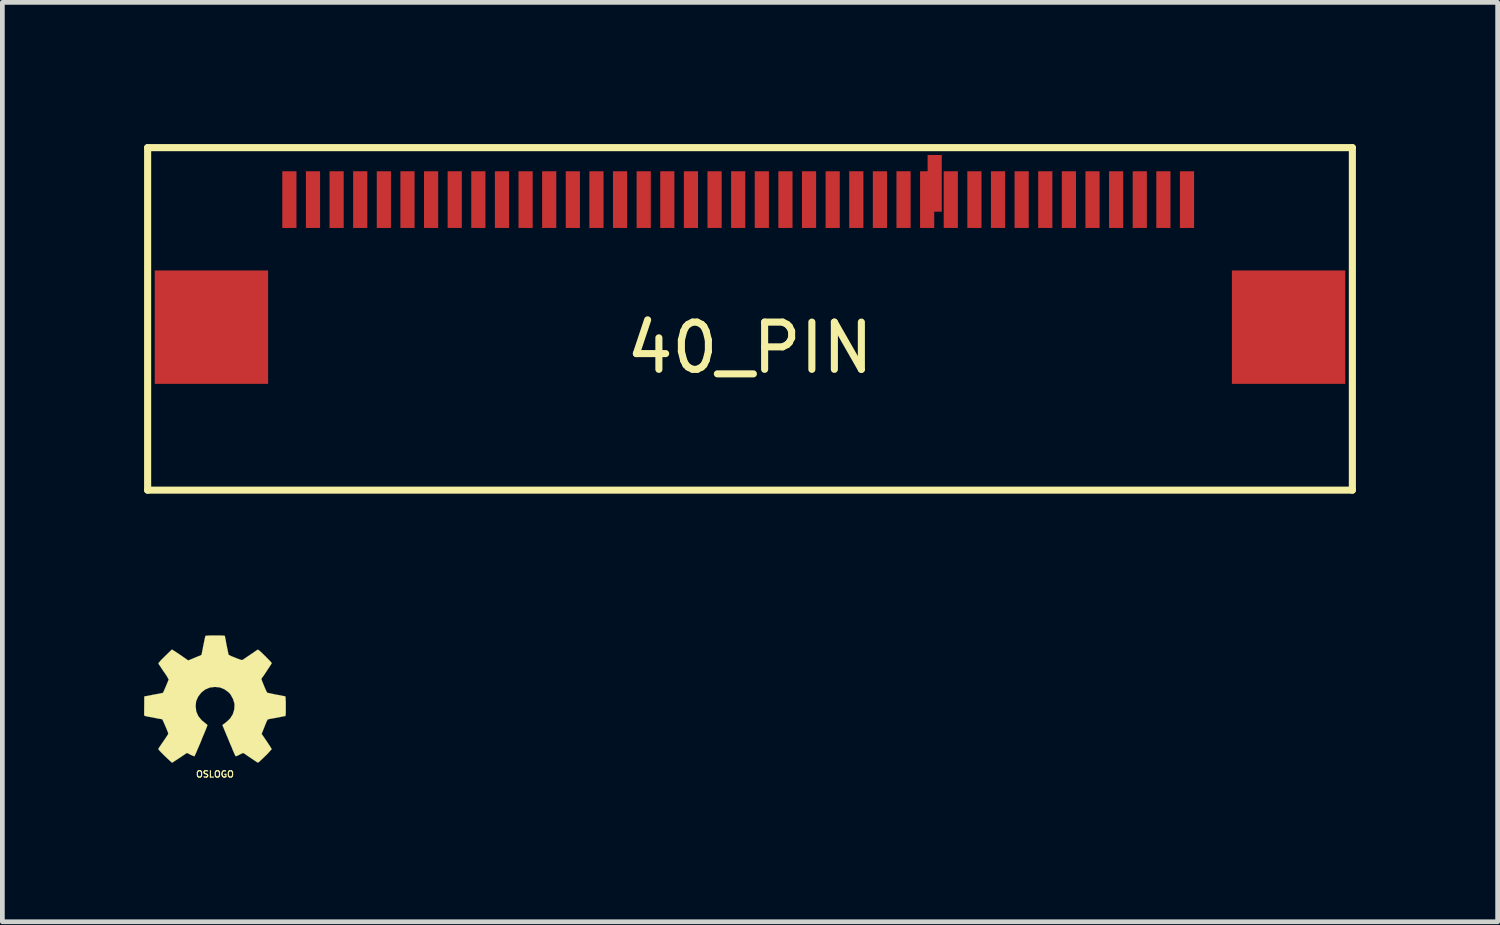
<source format=kicad_pcb>
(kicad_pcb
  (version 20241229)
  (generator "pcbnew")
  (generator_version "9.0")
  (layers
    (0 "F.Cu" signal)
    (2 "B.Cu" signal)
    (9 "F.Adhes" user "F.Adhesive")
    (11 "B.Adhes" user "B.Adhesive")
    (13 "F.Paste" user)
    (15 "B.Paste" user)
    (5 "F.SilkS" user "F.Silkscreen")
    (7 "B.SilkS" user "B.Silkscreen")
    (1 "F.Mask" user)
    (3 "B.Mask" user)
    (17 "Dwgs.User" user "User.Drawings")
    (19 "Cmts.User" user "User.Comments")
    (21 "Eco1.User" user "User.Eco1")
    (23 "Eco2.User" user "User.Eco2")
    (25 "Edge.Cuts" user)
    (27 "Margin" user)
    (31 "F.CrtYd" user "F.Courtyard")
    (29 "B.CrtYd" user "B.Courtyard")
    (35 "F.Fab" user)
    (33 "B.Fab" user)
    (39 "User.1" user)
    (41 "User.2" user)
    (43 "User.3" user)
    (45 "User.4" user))
  (footprint "OSLOGO"
    (layer "F.Cu")
    (at 1.5 11.747)
    (property "Reference" "OSLOGO" (at 0 1.59 0) (layer "F.SilkS") (effects (font (size 0.135 0.135) (thickness 0.025))))
    (attr through_hole)
    (fp_poly (pts (xy -0.909 1.346) (xy -0.892 1.339) (xy -0.859 1.316) (xy -0.808 1.283) (xy -0.749 1.245) (xy -0.688 1.204) (xy -0.64 1.171) (xy -0.605 1.148) (xy -0.592 1.14) (xy -0.584 1.143) (xy -0.556 1.158) (xy -0.516 1.179) (xy -0.49 1.191) (xy -0.452 1.206) (xy -0.434 1.212) (xy -0.432 1.206) (xy -0.417 1.176) (xy -0.396 1.128) (xy -0.368 1.062) (xy -0.335 0.986) (xy -0.3 0.904) (xy -0.267 0.82) (xy -0.234 0.742) (xy -0.203 0.668) (xy -0.18 0.61) (xy -0.165 0.569) (xy -0.157 0.551) (xy -0.16 0.549) (xy -0.178 0.531) (xy -0.211 0.505) (xy -0.282 0.447) (xy -0.353 0.361) (xy -0.396 0.262) (xy -0.409 0.15) (xy -0.399 0.048) (xy -0.358 -0.048) (xy -0.29 -0.137) (xy -0.206 -0.203) (xy -0.109 -0.244) (xy 0 -0.257) (xy 0.104 -0.246) (xy 0.203 -0.206) (xy 0.292 -0.14) (xy 0.33 -0.097) (xy 0.381 -0.005) (xy 0.411 0.089) (xy 0.414 0.112) (xy 0.409 0.218) (xy 0.378 0.32) (xy 0.323 0.409) (xy 0.246 0.483) (xy 0.236 0.49) (xy 0.201 0.518) (xy 0.175 0.536) (xy 0.157 0.551) (xy 0.292 0.874) (xy 0.312 0.925) (xy 0.351 1.013) (xy 0.381 1.09) (xy 0.409 1.151) (xy 0.427 1.191) (xy 0.434 1.206) (xy 0.447 1.209) (xy 0.47 1.201) (xy 0.516 1.179) (xy 0.546 1.163) (xy 0.579 1.148) (xy 0.594 1.14) (xy 0.61 1.148) (xy 0.643 1.168) (xy 0.688 1.201) (xy 0.747 1.24) (xy 0.803 1.278) (xy 0.853 1.311) (xy 0.889 1.336) (xy 0.907 1.344) (xy 0.909 1.344) (xy 0.927 1.336) (xy 0.955 1.311) (xy 0.998 1.27) (xy 1.062 1.209) (xy 1.072 1.199) (xy 1.123 1.148) (xy 1.163 1.102) (xy 1.191 1.072) (xy 1.201 1.059) (xy 1.191 1.041) (xy 1.168 1.003) (xy 1.135 0.953) (xy 1.095 0.892) (xy 0.988 0.737) (xy 1.046 0.592) (xy 1.064 0.546) (xy 1.087 0.49) (xy 1.105 0.452) (xy 1.113 0.434) (xy 1.13 0.429) (xy 1.168 0.419) (xy 1.227 0.409) (xy 1.298 0.396) (xy 1.364 0.384) (xy 1.422 0.371) (xy 1.466 0.363) (xy 1.486 0.361) (xy 1.491 0.356) (xy 1.494 0.348) (xy 1.496 0.328) (xy 1.499 0.29) (xy 1.499 0.234) (xy 1.499 0.15) (xy 1.499 0.142) (xy 1.499 0.064) (xy 1.496 0) (xy 1.494 -0.038) (xy 1.491 -0.056) (xy 1.473 -0.061) (xy 1.43 -0.069) (xy 1.372 -0.081) (xy 1.3 -0.094) (xy 1.295 -0.094) (xy 1.224 -0.109) (xy 1.166 -0.122) (xy 1.123 -0.13) (xy 1.105 -0.137) (xy 1.102 -0.142) (xy 1.087 -0.17) (xy 1.067 -0.213) (xy 1.044 -0.267) (xy 1.021 -0.323) (xy 1.001 -0.373) (xy 0.988 -0.409) (xy 0.983 -0.427) (xy 0.993 -0.445) (xy 1.019 -0.48) (xy 1.054 -0.531) (xy 1.095 -0.592) (xy 1.097 -0.597) (xy 1.138 -0.658) (xy 1.171 -0.709) (xy 1.194 -0.744) (xy 1.201 -0.759) (xy 1.201 -0.762) (xy 1.189 -0.78) (xy 1.158 -0.813) (xy 1.113 -0.859) (xy 1.062 -0.912) (xy 1.044 -0.927) (xy 0.986 -0.986) (xy 0.945 -1.021) (xy 0.919 -1.041) (xy 0.909 -1.046) (xy 0.907 -1.046) (xy 0.889 -1.036) (xy 0.851 -1.011) (xy 0.8 -0.975) (xy 0.739 -0.935) (xy 0.737 -0.932) (xy 0.676 -0.892) (xy 0.625 -0.856) (xy 0.589 -0.833) (xy 0.574 -0.826) (xy 0.572 -0.826) (xy 0.549 -0.831) (xy 0.505 -0.846) (xy 0.452 -0.866) (xy 0.396 -0.889) (xy 0.345 -0.909) (xy 0.31 -0.927) (xy 0.292 -0.937) (xy 0.29 -0.937) (xy 0.284 -0.96) (xy 0.274 -1.006) (xy 0.262 -1.067) (xy 0.246 -1.14) (xy 0.244 -1.151) (xy 0.231 -1.224) (xy 0.221 -1.283) (xy 0.211 -1.323) (xy 0.208 -1.341) (xy 0.198 -1.341) (xy 0.163 -1.344) (xy 0.109 -1.346) (xy 0.043 -1.346) (xy -0.023 -1.346) (xy -0.089 -1.346) (xy -0.145 -1.344) (xy -0.185 -1.341) (xy -0.203 -1.336) (xy -0.208 -1.313) (xy -0.218 -1.27) (xy -0.231 -1.206) (xy -0.246 -1.133) (xy -0.249 -1.12) (xy -0.262 -1.049) (xy -0.274 -0.991) (xy -0.282 -0.95) (xy -0.287 -0.935) (xy -0.292 -0.932) (xy -0.323 -0.917) (xy -0.371 -0.899) (xy -0.429 -0.874) (xy -0.566 -0.818) (xy -0.734 -0.935) (xy -0.749 -0.945) (xy -0.81 -0.986) (xy -0.861 -1.019) (xy -0.897 -1.041) (xy -0.909 -1.049) (xy -0.912 -1.049) (xy -0.927 -1.034) (xy -0.96 -1.003) (xy -1.006 -0.958) (xy -1.059 -0.907) (xy -1.1 -0.866) (xy -1.146 -0.82) (xy -1.173 -0.787) (xy -1.191 -0.767) (xy -1.196 -0.754) (xy -1.194 -0.747) (xy -1.184 -0.729) (xy -1.158 -0.693) (xy -1.125 -0.64) (xy -1.085 -0.582) (xy -1.049 -0.531) (xy -1.013 -0.475) (xy -0.991 -0.434) (xy -0.98 -0.417) (xy -0.983 -0.406) (xy -0.996 -0.373) (xy -1.016 -0.325) (xy -1.041 -0.264) (xy -1.1 -0.132) (xy -1.186 -0.114) (xy -1.24 -0.104) (xy -1.313 -0.091) (xy -1.384 -0.076) (xy -1.496 -0.056) (xy -1.499 0.348) (xy -1.481 0.356) (xy -1.466 0.361) (xy -1.425 0.371) (xy -1.367 0.381) (xy -1.298 0.394) (xy -1.237 0.406) (xy -1.179 0.417) (xy -1.135 0.424) (xy -1.118 0.429) (xy -1.113 0.434) (xy -1.097 0.465) (xy -1.077 0.511) (xy -1.054 0.564) (xy -1.029 0.622) (xy -1.008 0.673) (xy -0.993 0.714) (xy -0.988 0.734) (xy -0.996 0.749) (xy -1.019 0.785) (xy -1.052 0.836) (xy -1.092 0.894) (xy -1.133 0.953) (xy -1.166 1.003) (xy -1.191 1.039) (xy -1.199 1.057) (xy -1.194 1.067) (xy -1.171 1.095) (xy -1.128 1.14) (xy -1.062 1.206) (xy -1.049 1.217) (xy -0.998 1.267) (xy -0.953 1.308) (xy -0.922 1.336) (xy -0.909 1.346)) (stroke (width 0.003) (type solid)) (fill yes) (layer "F.SilkS")))
  (footprint "40_PIN"
    (layer "F.Cu")
    (at 12.825 5.075)
    (property "Reference" "40_PIN" (at 0 -0.762 0) (layer "F.SilkS") (effects (font (size 1 1) (thickness 0.15))))
    (attr through_hole)
    (fp_line (start -12.75 -5) (end 12.75 -5) (stroke (width 0.15) (type solid)) (layer "F.SilkS"))
    (fp_line (start -12.75 2.25) (end -12.75 -5) (stroke (width 0.15) (type solid)) (layer "F.SilkS"))
    (fp_line (start 12.75 -5) (end 12.75 2.25) (stroke (width 0.15) (type solid)) (layer "F.SilkS"))
    (fp_line (start 12.75 2.25) (end -12.75 2.25) (stroke (width 0.15) (type solid)) (layer "F.SilkS"))
    (pad "1" smd rect (at -9.75 -3.9) (size 0.3 1.2) (layers "F.Cu" "F.Mask" "F.Paste"))
    (pad "2" smd rect (at -9.25 -3.9) (size 0.3 1.2) (layers "F.Cu" "F.Mask" "F.Paste"))
    (pad "3" smd rect (at -8.75 -3.9) (size 0.3 1.2) (layers "F.Cu" "F.Mask" "F.Paste"))
    (pad "4" smd rect (at -8.25 -3.9) (size 0.3 1.2) (layers "F.Cu" "F.Mask" "F.Paste"))
    (pad "5" smd rect (at -7.75 -3.9) (size 0.3 1.2) (layers "F.Cu" "F.Mask" "F.Paste"))
    (pad "6" smd rect (at -7.25 -3.9) (size 0.3 1.2) (layers "F.Cu" "F.Mask" "F.Paste"))
    (pad "7" smd rect (at -6.75 -3.9) (size 0.3 1.2) (layers "F.Cu" "F.Mask" "F.Paste"))
    (pad "8" smd rect (at -6.25 -3.9) (size 0.3 1.2) (layers "F.Cu" "F.Mask" "F.Paste"))
    (pad "9" smd rect (at -5.75 -3.9) (size 0.3 1.2) (layers "F.Cu" "F.Mask" "F.Paste"))
    (pad "10" smd rect (at -5.25 -3.9) (size 0.3 1.2) (layers "F.Cu" "F.Mask" "F.Paste"))
    (pad "11" smd rect (at -4.75 -3.9) (size 0.3 1.2) (layers "F.Cu" "F.Mask" "F.Paste"))
    (pad "12" smd rect (at -4.25 -3.9) (size 0.3 1.2) (layers "F.Cu" "F.Mask" "F.Paste"))
    (pad "13" smd rect (at -3.75 -3.9) (size 0.3 1.2) (layers "F.Cu" "F.Mask" "F.Paste"))
    (pad "14" smd rect (at -3.25 -3.9) (size 0.3 1.2) (layers "F.Cu" "F.Mask" "F.Paste"))
    (pad "15" smd rect (at -2.75 -3.9) (size 0.3 1.2) (layers "F.Cu" "F.Mask" "F.Paste"))
    (pad "16" smd rect (at -2.25 -3.9) (size 0.3 1.2) (layers "F.Cu" "F.Mask" "F.Paste"))
    (pad "17" smd rect (at -1.75 -3.9) (size 0.3 1.2) (layers "F.Cu" "F.Mask" "F.Paste"))
    (pad "18" smd rect (at -1.25 -3.9) (size 0.3 1.2) (layers "F.Cu" "F.Mask" "F.Paste"))
    (pad "19" smd rect (at -0.75 -3.9) (size 0.3 1.2) (layers "F.Cu" "F.Mask" "F.Paste"))
    (pad "20" smd rect (at -0.25 -3.9) (size 0.3 1.2) (layers "F.Cu" "F.Mask" "F.Paste"))
    (pad "21" smd rect (at 0.25 -3.9) (size 0.3 1.2) (layers "F.Cu" "F.Mask" "F.Paste"))
    (pad "22" smd rect (at 0.75 -3.9) (size 0.3 1.2) (layers "F.Cu" "F.Mask" "F.Paste"))
    (pad "23" smd rect (at 1.25 -3.9) (size 0.3 1.2) (layers "F.Cu" "F.Mask" "F.Paste"))
    (pad "24" smd rect (at 1.75 -3.9) (size 0.3 1.2) (layers "F.Cu" "F.Mask" "F.Paste"))
    (pad "25" smd rect (at 2.25 -3.9) (size 0.3 1.2) (layers "F.Cu" "F.Mask" "F.Paste"))
    (pad "26" smd rect (at 2.75 -3.9) (size 0.3 1.2) (layers "F.Cu" "F.Mask" "F.Paste"))
    (pad "27" smd rect (at 3.25 -3.9) (size 0.3 1.2) (layers "F.Cu" "F.Mask" "F.Paste"))
    (pad "28" smd rect (at 3.75 -3.9) (size 0.3 1.2) (layers "F.Cu" "F.Mask" "F.Paste"))
    (pad "29" smd rect (at 4.25 -3.9) (size 0.3 1.2) (layers "F.Cu" "F.Mask" "F.Paste"))
    (pad "30" smd rect (at 4.75 -3.9) (size 0.3 1.2) (layers "F.Cu" "F.Mask" "F.Paste"))
    (pad "31" smd rect (at 5.25 -3.9) (size 0.3 1.2) (layers "F.Cu" "F.Mask" "F.Paste"))
    (pad "32" smd rect (at 5.75 -3.9) (size 0.3 1.2) (layers "F.Cu" "F.Mask" "F.Paste"))
    (pad "33" smd rect (at 6.25 -3.9) (size 0.3 1.2) (layers "F.Cu" "F.Mask" "F.Paste"))
    (pad "34" smd rect (at 6.75 -3.9) (size 0.3 1.2) (layers "F.Cu" "F.Mask" "F.Paste"))
    (pad "35" smd rect (at 7.25 -3.9) (size 0.3 1.2) (layers "F.Cu" "F.Mask" "F.Paste"))
    (pad "36" smd rect (at 7.75 -3.9) (size 0.3 1.2) (layers "F.Cu" "F.Mask" "F.Paste"))
    (pad "37" smd rect (at 8.25 -3.9) (size 0.3 1.2) (layers "F.Cu" "F.Mask" "F.Paste"))
    (pad "38" smd rect (at 8.75 -3.9) (size 0.3 1.2) (layers "F.Cu" "F.Mask" "F.Paste"))
    (pad "39" smd rect (at 9.25 -3.9) (size 0.3 1.2) (layers "F.Cu" "F.Mask" "F.Paste"))
    (pad "40" smd rect (at 3.909 -4.244) (size 0.3 1.2) (layers "F.Cu" "F.Mask" "F.Paste"))
    (pad "41" smd rect (at -11.4 -1.2) (size 2.4 2.4) (layers "F.Cu" "F.Mask" "F.Paste"))
    (pad "42" smd rect (at 11.4 -1.2) (size 2.4 2.4) (layers "F.Cu" "F.Mask" "F.Paste")))
  (gr_rect
    (start -3 -3)
    (end 28.65 16.461)
    (stroke (width 0.1) (type default))
    (fill no)
    (layer "Edge.Cuts")))
</source>
